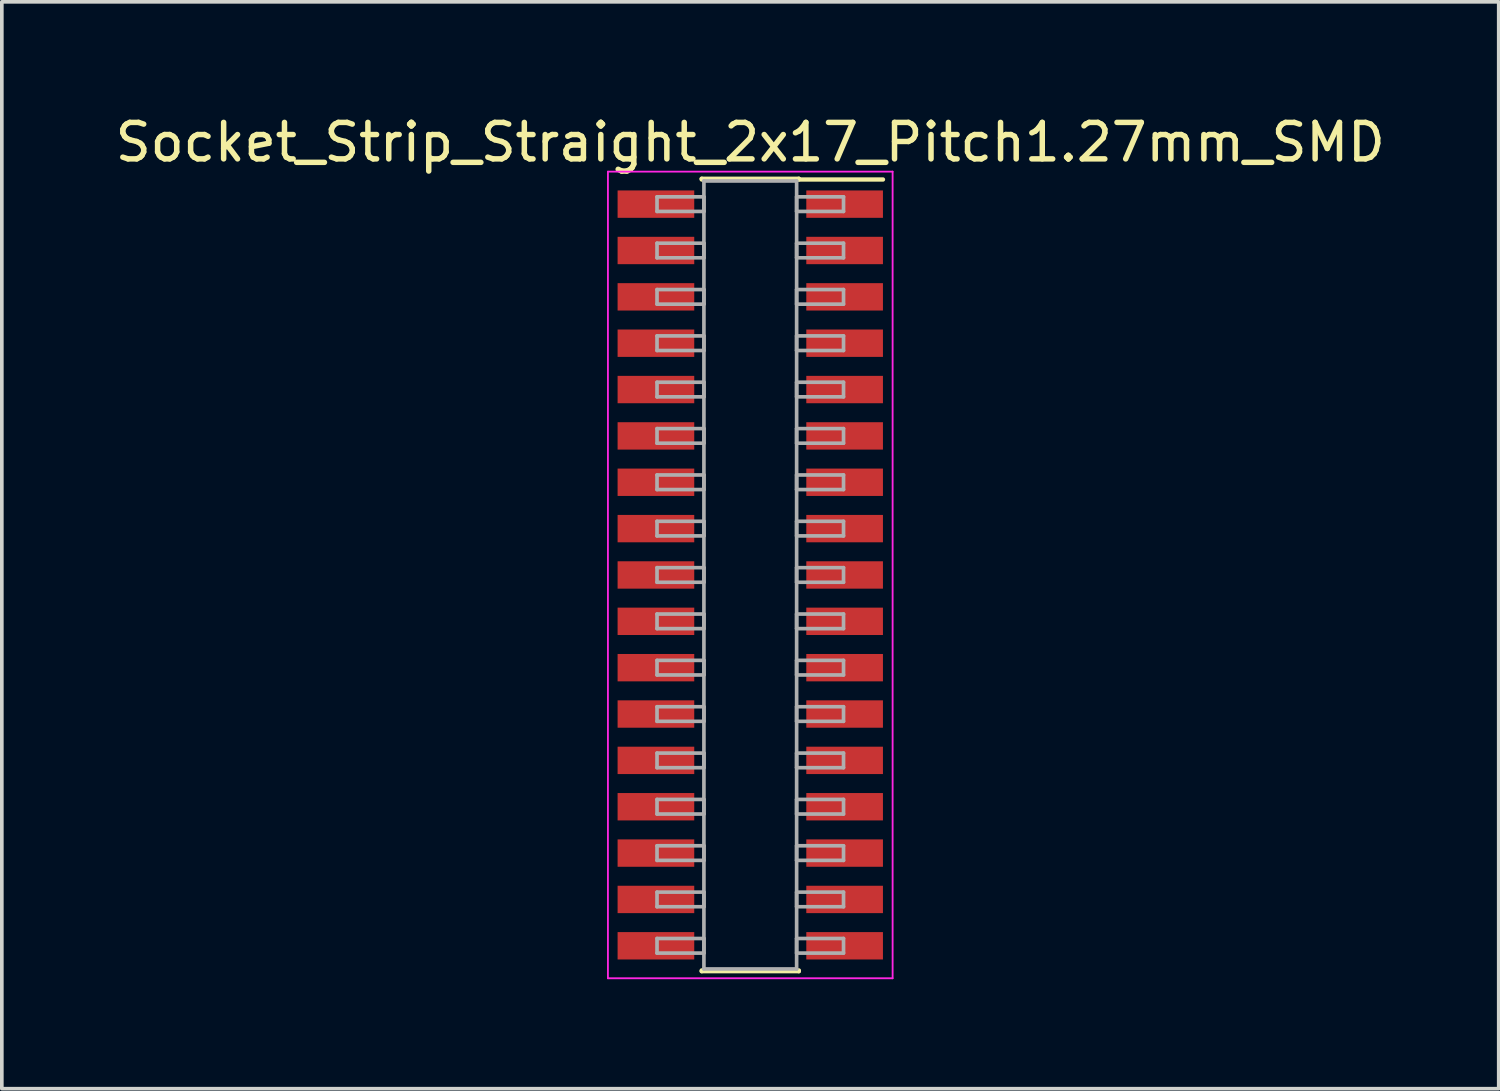
<source format=kicad_pcb>
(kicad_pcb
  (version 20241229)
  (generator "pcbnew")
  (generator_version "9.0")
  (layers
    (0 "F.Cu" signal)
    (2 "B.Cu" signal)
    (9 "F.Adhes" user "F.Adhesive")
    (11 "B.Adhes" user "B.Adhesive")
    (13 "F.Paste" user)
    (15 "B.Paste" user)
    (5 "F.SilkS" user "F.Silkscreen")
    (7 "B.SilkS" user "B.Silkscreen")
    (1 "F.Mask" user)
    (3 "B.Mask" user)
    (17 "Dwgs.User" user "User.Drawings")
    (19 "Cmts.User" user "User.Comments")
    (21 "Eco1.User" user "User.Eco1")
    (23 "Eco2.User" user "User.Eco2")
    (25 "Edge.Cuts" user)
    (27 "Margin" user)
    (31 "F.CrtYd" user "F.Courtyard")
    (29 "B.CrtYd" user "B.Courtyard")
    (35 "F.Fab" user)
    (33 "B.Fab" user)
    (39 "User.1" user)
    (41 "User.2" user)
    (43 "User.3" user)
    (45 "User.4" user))
  (footprint "Socket_Strip_Straight_2x17_Pitch1.27mm_SMD"
    (layer "F.Cu")
    (at 17.506 12.703)
    (property "Reference" "Socket_Strip_Straight_2x17_Pitch1.27mm_SMD" (at 0 -11.855 0) (layer "F.SilkS") (effects (font (size 1 1) (thickness 0.15))))
    (attr smd)
    (fp_line (start -1.33 -10.855) (end 1.33 -10.855) (stroke (width 0.12) (type solid)) (layer "F.SilkS"))
    (fp_line (start -1.33 -10.835) (end -1.33 -10.855) (stroke (width 0.12) (type solid)) (layer "F.SilkS"))
    (fp_line (start -1.33 10.835) (end -1.33 10.855) (stroke (width 0.12) (type solid)) (layer "F.SilkS"))
    (fp_line (start -1.33 10.855) (end 1.33 10.855) (stroke (width 0.12) (type solid)) (layer "F.SilkS"))
    (fp_line (start 1.33 -10.855) (end 1.33 -10.835) (stroke (width 0.12) (type solid)) (layer "F.SilkS"))
    (fp_line (start 1.33 10.855) (end 1.33 10.835) (stroke (width 0.12) (type solid)) (layer "F.SilkS"))
    (fp_line (start 3.635 -10.835) (end 1.33 -10.835) (stroke (width 0.12) (type solid)) (layer "F.SilkS"))
    (fp_line (start -3.9 -11.05) (end -3.9 11.05) (stroke (width 0.05) (type solid)) (layer "F.CrtYd"))
    (fp_line (start -3.9 11.05) (end 3.9 11.05) (stroke (width 0.05) (type solid)) (layer "F.CrtYd"))
    (fp_line (start 3.9 -11.05) (end -3.9 -11.05) (stroke (width 0.05) (type solid)) (layer "F.CrtYd"))
    (fp_line (start 3.9 11.05) (end 3.9 -11.05) (stroke (width 0.05) (type solid)) (layer "F.CrtYd"))
    (fp_line (start -2.555 -10.36) (end -1.27 -10.36) (stroke (width 0.1) (type solid)) (layer "F.Fab"))
    (fp_line (start -2.555 -9.96) (end -2.555 -10.36) (stroke (width 0.1) (type solid)) (layer "F.Fab"))
    (fp_line (start -2.555 -9.09) (end -1.27 -9.09) (stroke (width 0.1) (type solid)) (layer "F.Fab"))
    (fp_line (start -2.555 -8.69) (end -2.555 -9.09) (stroke (width 0.1) (type solid)) (layer "F.Fab"))
    (fp_line (start -2.555 -7.82) (end -1.27 -7.82) (stroke (width 0.1) (type solid)) (layer "F.Fab"))
    (fp_line (start -2.555 -7.42) (end -2.555 -7.82) (stroke (width 0.1) (type solid)) (layer "F.Fab"))
    (fp_line (start -2.555 -6.55) (end -1.27 -6.55) (stroke (width 0.1) (type solid)) (layer "F.Fab"))
    (fp_line (start -2.555 -6.15) (end -2.555 -6.55) (stroke (width 0.1) (type solid)) (layer "F.Fab"))
    (fp_line (start -2.555 -5.28) (end -1.27 -5.28) (stroke (width 0.1) (type solid)) (layer "F.Fab"))
    (fp_line (start -2.555 -4.88) (end -2.555 -5.28) (stroke (width 0.1) (type solid)) (layer "F.Fab"))
    (fp_line (start -2.555 -4.01) (end -1.27 -4.01) (stroke (width 0.1) (type solid)) (layer "F.Fab"))
    (fp_line (start -2.555 -3.61) (end -2.555 -4.01) (stroke (width 0.1) (type solid)) (layer "F.Fab"))
    (fp_line (start -2.555 -2.74) (end -1.27 -2.74) (stroke (width 0.1) (type solid)) (layer "F.Fab"))
    (fp_line (start -2.555 -2.34) (end -2.555 -2.74) (stroke (width 0.1) (type solid)) (layer "F.Fab"))
    (fp_line (start -2.555 -1.47) (end -1.27 -1.47) (stroke (width 0.1) (type solid)) (layer "F.Fab"))
    (fp_line (start -2.555 -1.07) (end -2.555 -1.47) (stroke (width 0.1) (type solid)) (layer "F.Fab"))
    (fp_line (start -2.555 -0.2) (end -1.27 -0.2) (stroke (width 0.1) (type solid)) (layer "F.Fab"))
    (fp_line (start -2.555 0.2) (end -2.555 -0.2) (stroke (width 0.1) (type solid)) (layer "F.Fab"))
    (fp_line (start -2.555 1.07) (end -1.27 1.07) (stroke (width 0.1) (type solid)) (layer "F.Fab"))
    (fp_line (start -2.555 1.47) (end -2.555 1.07) (stroke (width 0.1) (type solid)) (layer "F.Fab"))
    (fp_line (start -2.555 2.34) (end -1.27 2.34) (stroke (width 0.1) (type solid)) (layer "F.Fab"))
    (fp_line (start -2.555 2.74) (end -2.555 2.34) (stroke (width 0.1) (type solid)) (layer "F.Fab"))
    (fp_line (start -2.555 3.61) (end -1.27 3.61) (stroke (width 0.1) (type solid)) (layer "F.Fab"))
    (fp_line (start -2.555 4.01) (end -2.555 3.61) (stroke (width 0.1) (type solid)) (layer "F.Fab"))
    (fp_line (start -2.555 4.88) (end -1.27 4.88) (stroke (width 0.1) (type solid)) (layer "F.Fab"))
    (fp_line (start -2.555 5.28) (end -2.555 4.88) (stroke (width 0.1) (type solid)) (layer "F.Fab"))
    (fp_line (start -2.555 6.15) (end -1.27 6.15) (stroke (width 0.1) (type solid)) (layer "F.Fab"))
    (fp_line (start -2.555 6.55) (end -2.555 6.15) (stroke (width 0.1) (type solid)) (layer "F.Fab"))
    (fp_line (start -2.555 7.42) (end -1.27 7.42) (stroke (width 0.1) (type solid)) (layer "F.Fab"))
    (fp_line (start -2.555 7.82) (end -2.555 7.42) (stroke (width 0.1) (type solid)) (layer "F.Fab"))
    (fp_line (start -2.555 8.69) (end -1.27 8.69) (stroke (width 0.1) (type solid)) (layer "F.Fab"))
    (fp_line (start -2.555 9.09) (end -2.555 8.69) (stroke (width 0.1) (type solid)) (layer "F.Fab"))
    (fp_line (start -2.555 9.96) (end -1.27 9.96) (stroke (width 0.1) (type solid)) (layer "F.Fab"))
    (fp_line (start -2.555 10.36) (end -2.555 9.96) (stroke (width 0.1) (type solid)) (layer "F.Fab"))
    (fp_line (start -1.27 -10.795) (end -1.27 10.795) (stroke (width 0.1) (type solid)) (layer "F.Fab"))
    (fp_line (start -1.27 -10.36) (end -1.27 -9.96) (stroke (width 0.1) (type solid)) (layer "F.Fab"))
    (fp_line (start -1.27 -9.96) (end -2.555 -9.96) (stroke (width 0.1) (type solid)) (layer "F.Fab"))
    (fp_line (start -1.27 -9.09) (end -1.27 -8.69) (stroke (width 0.1) (type solid)) (layer "F.Fab"))
    (fp_line (start -1.27 -8.69) (end -2.555 -8.69) (stroke (width 0.1) (type solid)) (layer "F.Fab"))
    (fp_line (start -1.27 -7.82) (end -1.27 -7.42) (stroke (width 0.1) (type solid)) (layer "F.Fab"))
    (fp_line (start -1.27 -7.42) (end -2.555 -7.42) (stroke (width 0.1) (type solid)) (layer "F.Fab"))
    (fp_line (start -1.27 -6.55) (end -1.27 -6.15) (stroke (width 0.1) (type solid)) (layer "F.Fab"))
    (fp_line (start -1.27 -6.15) (end -2.555 -6.15) (stroke (width 0.1) (type solid)) (layer "F.Fab"))
    (fp_line (start -1.27 -5.28) (end -1.27 -4.88) (stroke (width 0.1) (type solid)) (layer "F.Fab"))
    (fp_line (start -1.27 -4.88) (end -2.555 -4.88) (stroke (width 0.1) (type solid)) (layer "F.Fab"))
    (fp_line (start -1.27 -4.01) (end -1.27 -3.61) (stroke (width 0.1) (type solid)) (layer "F.Fab"))
    (fp_line (start -1.27 -3.61) (end -2.555 -3.61) (stroke (width 0.1) (type solid)) (layer "F.Fab"))
    (fp_line (start -1.27 -2.74) (end -1.27 -2.34) (stroke (width 0.1) (type solid)) (layer "F.Fab"))
    (fp_line (start -1.27 -2.34) (end -2.555 -2.34) (stroke (width 0.1) (type solid)) (layer "F.Fab"))
    (fp_line (start -1.27 -1.47) (end -1.27 -1.07) (stroke (width 0.1) (type solid)) (layer "F.Fab"))
    (fp_line (start -1.27 -1.07) (end -2.555 -1.07) (stroke (width 0.1) (type solid)) (layer "F.Fab"))
    (fp_line (start -1.27 -0.2) (end -1.27 0.2) (stroke (width 0.1) (type solid)) (layer "F.Fab"))
    (fp_line (start -1.27 0.2) (end -2.555 0.2) (stroke (width 0.1) (type solid)) (layer "F.Fab"))
    (fp_line (start -1.27 1.07) (end -1.27 1.47) (stroke (width 0.1) (type solid)) (layer "F.Fab"))
    (fp_line (start -1.27 1.47) (end -2.555 1.47) (stroke (width 0.1) (type solid)) (layer "F.Fab"))
    (fp_line (start -1.27 2.34) (end -1.27 2.74) (stroke (width 0.1) (type solid)) (layer "F.Fab"))
    (fp_line (start -1.27 2.74) (end -2.555 2.74) (stroke (width 0.1) (type solid)) (layer "F.Fab"))
    (fp_line (start -1.27 3.61) (end -1.27 4.01) (stroke (width 0.1) (type solid)) (layer "F.Fab"))
    (fp_line (start -1.27 4.01) (end -2.555 4.01) (stroke (width 0.1) (type solid)) (layer "F.Fab"))
    (fp_line (start -1.27 4.88) (end -1.27 5.28) (stroke (width 0.1) (type solid)) (layer "F.Fab"))
    (fp_line (start -1.27 5.28) (end -2.555 5.28) (stroke (width 0.1) (type solid)) (layer "F.Fab"))
    (fp_line (start -1.27 6.15) (end -1.27 6.55) (stroke (width 0.1) (type solid)) (layer "F.Fab"))
    (fp_line (start -1.27 6.55) (end -2.555 6.55) (stroke (width 0.1) (type solid)) (layer "F.Fab"))
    (fp_line (start -1.27 7.42) (end -1.27 7.82) (stroke (width 0.1) (type solid)) (layer "F.Fab"))
    (fp_line (start -1.27 7.82) (end -2.555 7.82) (stroke (width 0.1) (type solid)) (layer "F.Fab"))
    (fp_line (start -1.27 8.69) (end -1.27 9.09) (stroke (width 0.1) (type solid)) (layer "F.Fab"))
    (fp_line (start -1.27 9.09) (end -2.555 9.09) (stroke (width 0.1) (type solid)) (layer "F.Fab"))
    (fp_line (start -1.27 9.96) (end -1.27 10.36) (stroke (width 0.1) (type solid)) (layer "F.Fab"))
    (fp_line (start -1.27 10.36) (end -2.555 10.36) (stroke (width 0.1) (type solid)) (layer "F.Fab"))
    (fp_line (start -1.27 10.795) (end 1.27 10.795) (stroke (width 0.1) (type solid)) (layer "F.Fab"))
    (fp_line (start 1.27 -10.795) (end -1.27 -10.795) (stroke (width 0.1) (type solid)) (layer "F.Fab"))
    (fp_line (start 1.27 -10.36) (end 1.27 -9.96) (stroke (width 0.1) (type solid)) (layer "F.Fab"))
    (fp_line (start 1.27 -9.96) (end 2.555 -9.96) (stroke (width 0.1) (type solid)) (layer "F.Fab"))
    (fp_line (start 1.27 -9.09) (end 1.27 -8.69) (stroke (width 0.1) (type solid)) (layer "F.Fab"))
    (fp_line (start 1.27 -8.69) (end 2.555 -8.69) (stroke (width 0.1) (type solid)) (layer "F.Fab"))
    (fp_line (start 1.27 -7.82) (end 1.27 -7.42) (stroke (width 0.1) (type solid)) (layer "F.Fab"))
    (fp_line (start 1.27 -7.42) (end 2.555 -7.42) (stroke (width 0.1) (type solid)) (layer "F.Fab"))
    (fp_line (start 1.27 -6.55) (end 1.27 -6.15) (stroke (width 0.1) (type solid)) (layer "F.Fab"))
    (fp_line (start 1.27 -6.15) (end 2.555 -6.15) (stroke (width 0.1) (type solid)) (layer "F.Fab"))
    (fp_line (start 1.27 -5.28) (end 1.27 -4.88) (stroke (width 0.1) (type solid)) (layer "F.Fab"))
    (fp_line (start 1.27 -4.88) (end 2.555 -4.88) (stroke (width 0.1) (type solid)) (layer "F.Fab"))
    (fp_line (start 1.27 -4.01) (end 1.27 -3.61) (stroke (width 0.1) (type solid)) (layer "F.Fab"))
    (fp_line (start 1.27 -3.61) (end 2.555 -3.61) (stroke (width 0.1) (type solid)) (layer "F.Fab"))
    (fp_line (start 1.27 -2.74) (end 1.27 -2.34) (stroke (width 0.1) (type solid)) (layer "F.Fab"))
    (fp_line (start 1.27 -2.34) (end 2.555 -2.34) (stroke (width 0.1) (type solid)) (layer "F.Fab"))
    (fp_line (start 1.27 -1.47) (end 1.27 -1.07) (stroke (width 0.1) (type solid)) (layer "F.Fab"))
    (fp_line (start 1.27 -1.07) (end 2.555 -1.07) (stroke (width 0.1) (type solid)) (layer "F.Fab"))
    (fp_line (start 1.27 -0.2) (end 1.27 0.2) (stroke (width 0.1) (type solid)) (layer "F.Fab"))
    (fp_line (start 1.27 0.2) (end 2.555 0.2) (stroke (width 0.1) (type solid)) (layer "F.Fab"))
    (fp_line (start 1.27 1.07) (end 1.27 1.47) (stroke (width 0.1) (type solid)) (layer "F.Fab"))
    (fp_line (start 1.27 1.47) (end 2.555 1.47) (stroke (width 0.1) (type solid)) (layer "F.Fab"))
    (fp_line (start 1.27 2.34) (end 1.27 2.74) (stroke (width 0.1) (type solid)) (layer "F.Fab"))
    (fp_line (start 1.27 2.74) (end 2.555 2.74) (stroke (width 0.1) (type solid)) (layer "F.Fab"))
    (fp_line (start 1.27 3.61) (end 1.27 4.01) (stroke (width 0.1) (type solid)) (layer "F.Fab"))
    (fp_line (start 1.27 4.01) (end 2.555 4.01) (stroke (width 0.1) (type solid)) (layer "F.Fab"))
    (fp_line (start 1.27 4.88) (end 1.27 5.28) (stroke (width 0.1) (type solid)) (layer "F.Fab"))
    (fp_line (start 1.27 5.28) (end 2.555 5.28) (stroke (width 0.1) (type solid)) (layer "F.Fab"))
    (fp_line (start 1.27 6.15) (end 1.27 6.55) (stroke (width 0.1) (type solid)) (layer "F.Fab"))
    (fp_line (start 1.27 6.55) (end 2.555 6.55) (stroke (width 0.1) (type solid)) (layer "F.Fab"))
    (fp_line (start 1.27 7.42) (end 1.27 7.82) (stroke (width 0.1) (type solid)) (layer "F.Fab"))
    (fp_line (start 1.27 7.82) (end 2.555 7.82) (stroke (width 0.1) (type solid)) (layer "F.Fab"))
    (fp_line (start 1.27 8.69) (end 1.27 9.09) (stroke (width 0.1) (type solid)) (layer "F.Fab"))
    (fp_line (start 1.27 9.09) (end 2.555 9.09) (stroke (width 0.1) (type solid)) (layer "F.Fab"))
    (fp_line (start 1.27 9.96) (end 1.27 10.36) (stroke (width 0.1) (type solid)) (layer "F.Fab"))
    (fp_line (start 1.27 10.36) (end 2.555 10.36) (stroke (width 0.1) (type solid)) (layer "F.Fab"))
    (fp_line (start 1.27 10.795) (end 1.27 -10.795) (stroke (width 0.1) (type solid)) (layer "F.Fab"))
    (fp_line (start 2.555 -10.36) (end 1.27 -10.36) (stroke (width 0.1) (type solid)) (layer "F.Fab"))
    (fp_line (start 2.555 -9.96) (end 2.555 -10.36) (stroke (width 0.1) (type solid)) (layer "F.Fab"))
    (fp_line (start 2.555 -9.09) (end 1.27 -9.09) (stroke (width 0.1) (type solid)) (layer "F.Fab"))
    (fp_line (start 2.555 -8.69) (end 2.555 -9.09) (stroke (width 0.1) (type solid)) (layer "F.Fab"))
    (fp_line (start 2.555 -7.82) (end 1.27 -7.82) (stroke (width 0.1) (type solid)) (layer "F.Fab"))
    (fp_line (start 2.555 -7.42) (end 2.555 -7.82) (stroke (width 0.1) (type solid)) (layer "F.Fab"))
    (fp_line (start 2.555 -6.55) (end 1.27 -6.55) (stroke (width 0.1) (type solid)) (layer "F.Fab"))
    (fp_line (start 2.555 -6.15) (end 2.555 -6.55) (stroke (width 0.1) (type solid)) (layer "F.Fab"))
    (fp_line (start 2.555 -5.28) (end 1.27 -5.28) (stroke (width 0.1) (type solid)) (layer "F.Fab"))
    (fp_line (start 2.555 -4.88) (end 2.555 -5.28) (stroke (width 0.1) (type solid)) (layer "F.Fab"))
    (fp_line (start 2.555 -4.01) (end 1.27 -4.01) (stroke (width 0.1) (type solid)) (layer "F.Fab"))
    (fp_line (start 2.555 -3.61) (end 2.555 -4.01) (stroke (width 0.1) (type solid)) (layer "F.Fab"))
    (fp_line (start 2.555 -2.74) (end 1.27 -2.74) (stroke (width 0.1) (type solid)) (layer "F.Fab"))
    (fp_line (start 2.555 -2.34) (end 2.555 -2.74) (stroke (width 0.1) (type solid)) (layer "F.Fab"))
    (fp_line (start 2.555 -1.47) (end 1.27 -1.47) (stroke (width 0.1) (type solid)) (layer "F.Fab"))
    (fp_line (start 2.555 -1.07) (end 2.555 -1.47) (stroke (width 0.1) (type solid)) (layer "F.Fab"))
    (fp_line (start 2.555 -0.2) (end 1.27 -0.2) (stroke (width 0.1) (type solid)) (layer "F.Fab"))
    (fp_line (start 2.555 0.2) (end 2.555 -0.2) (stroke (width 0.1) (type solid)) (layer "F.Fab"))
    (fp_line (start 2.555 1.07) (end 1.27 1.07) (stroke (width 0.1) (type solid)) (layer "F.Fab"))
    (fp_line (start 2.555 1.47) (end 2.555 1.07) (stroke (width 0.1) (type solid)) (layer "F.Fab"))
    (fp_line (start 2.555 2.34) (end 1.27 2.34) (stroke (width 0.1) (type solid)) (layer "F.Fab"))
    (fp_line (start 2.555 2.74) (end 2.555 2.34) (stroke (width 0.1) (type solid)) (layer "F.Fab"))
    (fp_line (start 2.555 3.61) (end 1.27 3.61) (stroke (width 0.1) (type solid)) (layer "F.Fab"))
    (fp_line (start 2.555 4.01) (end 2.555 3.61) (stroke (width 0.1) (type solid)) (layer "F.Fab"))
    (fp_line (start 2.555 4.88) (end 1.27 4.88) (stroke (width 0.1) (type solid)) (layer "F.Fab"))
    (fp_line (start 2.555 5.28) (end 2.555 4.88) (stroke (width 0.1) (type solid)) (layer "F.Fab"))
    (fp_line (start 2.555 6.15) (end 1.27 6.15) (stroke (width 0.1) (type solid)) (layer "F.Fab"))
    (fp_line (start 2.555 6.55) (end 2.555 6.15) (stroke (width 0.1) (type solid)) (layer "F.Fab"))
    (fp_line (start 2.555 7.42) (end 1.27 7.42) (stroke (width 0.1) (type solid)) (layer "F.Fab"))
    (fp_line (start 2.555 7.82) (end 2.555 7.42) (stroke (width 0.1) (type solid)) (layer "F.Fab"))
    (fp_line (start 2.555 8.69) (end 1.27 8.69) (stroke (width 0.1) (type solid)) (layer "F.Fab"))
    (fp_line (start 2.555 9.09) (end 2.555 8.69) (stroke (width 0.1) (type solid)) (layer "F.Fab"))
    (fp_line (start 2.555 9.96) (end 1.27 9.96) (stroke (width 0.1) (type solid)) (layer "F.Fab"))
    (fp_line (start 2.555 10.36) (end 2.555 9.96) (stroke (width 0.1) (type solid)) (layer "F.Fab"))
    (pad "1" smd rect (at 2.585 -10.16) (size 2.1 0.75) (layers "F.Cu" "F.Mask"))
    (pad "2" smd rect (at -2.585 -10.16) (size 2.1 0.75) (layers "F.Cu" "F.Mask"))
    (pad "3" smd rect (at 2.585 -8.89) (size 2.1 0.75) (layers "F.Cu" "F.Mask"))
    (pad "4" smd rect (at -2.585 -8.89) (size 2.1 0.75) (layers "F.Cu" "F.Mask"))
    (pad "5" smd rect (at 2.585 -7.62) (size 2.1 0.75) (layers "F.Cu" "F.Mask"))
    (pad "6" smd rect (at -2.585 -7.62) (size 2.1 0.75) (layers "F.Cu" "F.Mask"))
    (pad "7" smd rect (at 2.585 -6.35) (size 2.1 0.75) (layers "F.Cu" "F.Mask"))
    (pad "8" smd rect (at -2.585 -6.35) (size 2.1 0.75) (layers "F.Cu" "F.Mask"))
    (pad "9" smd rect (at 2.585 -5.08) (size 2.1 0.75) (layers "F.Cu" "F.Mask"))
    (pad "10" smd rect (at -2.585 -5.08) (size 2.1 0.75) (layers "F.Cu" "F.Mask"))
    (pad "11" smd rect (at 2.585 -3.81) (size 2.1 0.75) (layers "F.Cu" "F.Mask"))
    (pad "12" smd rect (at -2.585 -3.81) (size 2.1 0.75) (layers "F.Cu" "F.Mask"))
    (pad "13" smd rect (at 2.585 -2.54) (size 2.1 0.75) (layers "F.Cu" "F.Mask"))
    (pad "14" smd rect (at -2.585 -2.54) (size 2.1 0.75) (layers "F.Cu" "F.Mask"))
    (pad "15" smd rect (at 2.585 -1.27) (size 2.1 0.75) (layers "F.Cu" "F.Mask"))
    (pad "16" smd rect (at -2.585 -1.27) (size 2.1 0.75) (layers "F.Cu" "F.Mask"))
    (pad "17" smd rect (at 2.585 0) (size 2.1 0.75) (layers "F.Cu" "F.Mask"))
    (pad "18" smd rect (at -2.585 0) (size 2.1 0.75) (layers "F.Cu" "F.Mask"))
    (pad "19" smd rect (at 2.585 1.27) (size 2.1 0.75) (layers "F.Cu" "F.Mask"))
    (pad "20" smd rect (at -2.585 1.27) (size 2.1 0.75) (layers "F.Cu" "F.Mask"))
    (pad "21" smd rect (at 2.585 2.54) (size 2.1 0.75) (layers "F.Cu" "F.Mask"))
    (pad "22" smd rect (at -2.585 2.54) (size 2.1 0.75) (layers "F.Cu" "F.Mask"))
    (pad "23" smd rect (at 2.585 3.81) (size 2.1 0.75) (layers "F.Cu" "F.Mask"))
    (pad "24" smd rect (at -2.585 3.81) (size 2.1 0.75) (layers "F.Cu" "F.Mask"))
    (pad "25" smd rect (at 2.585 5.08) (size 2.1 0.75) (layers "F.Cu" "F.Mask"))
    (pad "26" smd rect (at -2.585 5.08) (size 2.1 0.75) (layers "F.Cu" "F.Mask"))
    (pad "27" smd rect (at 2.585 6.35) (size 2.1 0.75) (layers "F.Cu" "F.Mask"))
    (pad "28" smd rect (at -2.585 6.35) (size 2.1 0.75) (layers "F.Cu" "F.Mask"))
    (pad "29" smd rect (at 2.585 7.62) (size 2.1 0.75) (layers "F.Cu" "F.Mask"))
    (pad "30" smd rect (at -2.585 7.62) (size 2.1 0.75) (layers "F.Cu" "F.Mask"))
    (pad "31" smd rect (at 2.585 8.89) (size 2.1 0.75) (layers "F.Cu" "F.Mask"))
    (pad "32" smd rect (at -2.585 8.89) (size 2.1 0.75) (layers "F.Cu" "F.Mask"))
    (pad "33" smd rect (at 2.585 10.16) (size 2.1 0.75) (layers "F.Cu" "F.Mask"))
    (pad "34" smd rect (at -2.585 10.16) (size 2.1 0.75) (layers "F.Cu" "F.Mask")))
  (gr_rect
    (start -3 -3)
    (end 38.012 26.778)
    (stroke (width 0.1) (type default))
    (fill no)
    (layer "Edge.Cuts")))
</source>
